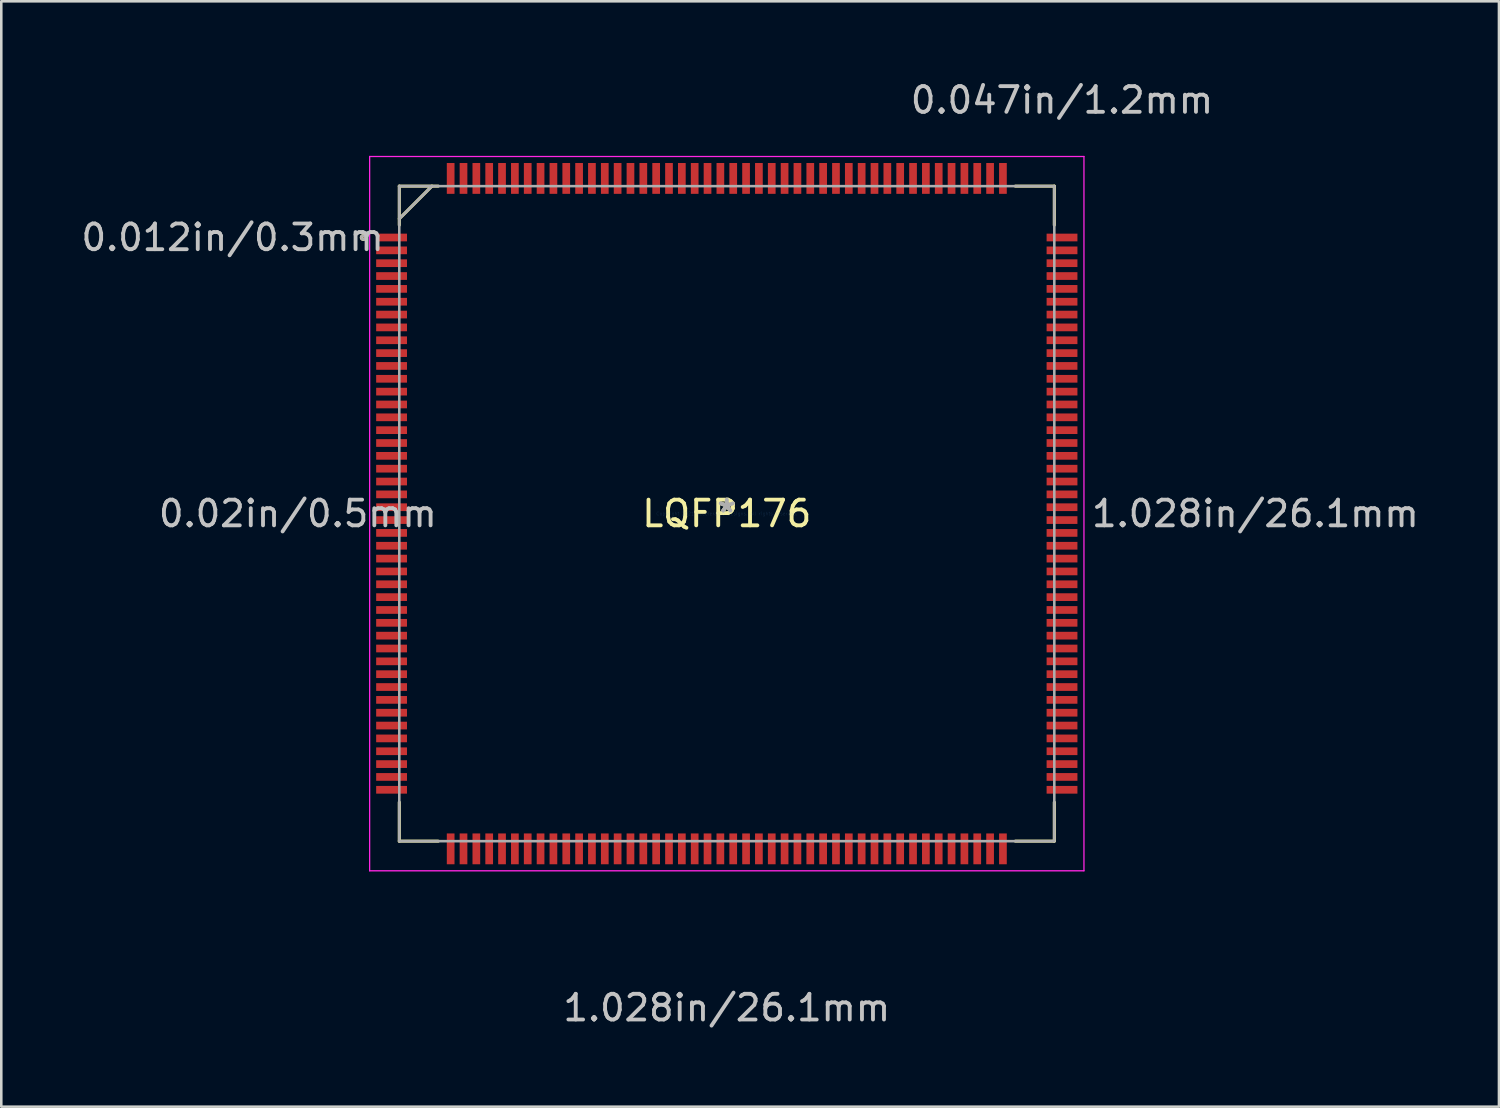
<source format=kicad_pcb>
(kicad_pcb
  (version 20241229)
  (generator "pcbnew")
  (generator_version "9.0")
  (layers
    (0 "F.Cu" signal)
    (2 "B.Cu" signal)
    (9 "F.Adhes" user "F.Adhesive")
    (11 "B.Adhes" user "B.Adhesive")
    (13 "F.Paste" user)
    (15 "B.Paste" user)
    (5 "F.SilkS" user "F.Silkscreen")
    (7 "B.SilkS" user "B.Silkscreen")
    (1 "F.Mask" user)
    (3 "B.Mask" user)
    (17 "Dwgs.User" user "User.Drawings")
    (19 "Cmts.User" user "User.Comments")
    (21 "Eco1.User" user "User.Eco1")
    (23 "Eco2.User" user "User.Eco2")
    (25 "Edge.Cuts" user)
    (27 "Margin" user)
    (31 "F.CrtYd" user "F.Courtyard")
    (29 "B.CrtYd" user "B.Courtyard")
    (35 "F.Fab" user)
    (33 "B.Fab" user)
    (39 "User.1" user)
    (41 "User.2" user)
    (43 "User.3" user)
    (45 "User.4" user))
  (footprint "LQFP176"
    (layer "F.Cu")
    (at 25.244 16.946)
    (property "Reference" "LQFP176" (at 0 0 0) (layer "F.SilkS") (effects (font (size 1 1) (thickness 0.15))))
    (attr through_hole)
    (fp_line (start -12.75 -12.75) (end -12.75 -11.233) (stroke (width 0.12) (type solid)) (layer "F.SilkS"))
    (fp_line (start -12.75 -11.48) (end -11.48 -12.75) (stroke (width 0.12) (type solid)) (layer "F.SilkS"))
    (fp_line (start -12.75 11.233) (end -12.75 12.75) (stroke (width 0.12) (type solid)) (layer "F.SilkS"))
    (fp_line (start -12.75 12.75) (end -11.233 12.75) (stroke (width 0.12) (type solid)) (layer "F.SilkS"))
    (fp_line (start -11.233 -12.75) (end -12.75 -12.75) (stroke (width 0.12) (type solid)) (layer "F.SilkS"))
    (fp_line (start 11.233 12.75) (end 12.75 12.75) (stroke (width 0.12) (type solid)) (layer "F.SilkS"))
    (fp_line (start 12.75 -12.75) (end 11.233 -12.75) (stroke (width 0.12) (type solid)) (layer "F.SilkS"))
    (fp_line (start 12.75 -11.233) (end 12.75 -12.75) (stroke (width 0.12) (type solid)) (layer "F.SilkS"))
    (fp_line (start 12.75 12.75) (end 12.75 11.233) (stroke (width 0.12) (type solid)) (layer "F.SilkS"))
    (fp_circle (center -14.154 -10.75) (end -14.078 -10.75) (stroke (width 0.12) (type solid)) (fill no) (layer "F.SilkS"))
    (fp_line (start -13.904 -13.904) (end 13.904 -13.904) (stroke (width 0.05) (type solid)) (layer "F.CrtYd"))
    (fp_line (start -13.904 13.904) (end -13.904 -13.904) (stroke (width 0.05) (type solid)) (layer "F.CrtYd"))
    (fp_line (start 13.904 -13.904) (end 13.904 13.904) (stroke (width 0.05) (type solid)) (layer "F.CrtYd"))
    (fp_line (start 13.904 13.904) (end -13.904 13.904) (stroke (width 0.05) (type solid)) (layer "F.CrtYd"))
    (fp_line (start -12.75 -12.75) (end -12.75 12.75) (stroke (width 0.1) (type solid)) (layer "F.Fab"))
    (fp_line (start -12.75 -11.48) (end -11.48 -12.75) (stroke (width 0.1) (type solid)) (layer "F.Fab"))
    (fp_line (start -12.75 12.75) (end 12.75 12.75) (stroke (width 0.1) (type solid)) (layer "F.Fab"))
    (fp_line (start 12.75 -12.75) (end -12.75 -12.75) (stroke (width 0.1) (type solid)) (layer "F.Fab"))
    (fp_line (start 12.75 12.75) (end 12.75 -12.75) (stroke (width 0.1) (type solid)) (layer "F.Fab"))
    (fp_circle (center -14.154 -10.75) (end -14.078 -10.75) (stroke (width 0.1) (type solid)) (fill no) (layer "F.Fab"))
    (fp_text user "*" (at 0 0 0) (layer "F.SilkS") (effects (font (size 1 1) (thickness 0.15))))
    (fp_text user "1.028in/26.1mm" (at 0 19.238 0) (layer "Dwgs.User") (effects (font (size 1 1) (thickness 0.15))))
    (fp_text user "0.047in/1.2mm" (at 13.05 -16.098 0) (layer "Dwgs.User") (effects (font (size 1 1) (thickness 0.15))))
    (fp_text user "0.02in/0.5mm" (at -16.698 0 0) (layer "Dwgs.User") (effects (font (size 1 1) (thickness 0.15))))
    (fp_text user "0.012in/0.3mm" (at -19.238 -10.75 0) (layer "Dwgs.User") (effects (font (size 1 1) (thickness 0.15))))
    (fp_text user "1.028in/26.1mm" (at 20.578 0 0) (layer "Dwgs.User") (effects (font (size 1 1) (thickness 0.15))))
    (fp_text user "Copyright 2021 Accelerated Designs. All rights reserved." (at 0 0 0) (layer "Cmts.User") (effects (font (size 0.127 0.127) (thickness 0.002))))
    (fp_text user "*" (at 0 0 0) (layer "F.Fab") (effects (font (size 1 1) (thickness 0.15))))
    (pad "1" smd rect (at -13.05 -10.75) (size 1.2 0.3) (layers "F.Cu" "F.Mask" "F.Paste"))
    (pad "2" smd rect (at -13.05 -10.25) (size 1.2 0.3) (layers "F.Cu" "F.Mask" "F.Paste"))
    (pad "3" smd rect (at -13.05 -9.75) (size 1.2 0.3) (layers "F.Cu" "F.Mask" "F.Paste"))
    (pad "4" smd rect (at -13.05 -9.25) (size 1.2 0.3) (layers "F.Cu" "F.Mask" "F.Paste"))
    (pad "5" smd rect (at -13.05 -8.75) (size 1.2 0.3) (layers "F.Cu" "F.Mask" "F.Paste"))
    (pad "6" smd rect (at -13.05 -8.25) (size 1.2 0.3) (layers "F.Cu" "F.Mask" "F.Paste"))
    (pad "7" smd rect (at -13.05 -7.75) (size 1.2 0.3) (layers "F.Cu" "F.Mask" "F.Paste"))
    (pad "8" smd rect (at -13.05 -7.25) (size 1.2 0.3) (layers "F.Cu" "F.Mask" "F.Paste"))
    (pad "9" smd rect (at -13.05 -6.75) (size 1.2 0.3) (layers "F.Cu" "F.Mask" "F.Paste"))
    (pad "10" smd rect (at -13.05 -6.25) (size 1.2 0.3) (layers "F.Cu" "F.Mask" "F.Paste"))
    (pad "11" smd rect (at -13.05 -5.75) (size 1.2 0.3) (layers "F.Cu" "F.Mask" "F.Paste"))
    (pad "12" smd rect (at -13.05 -5.25) (size 1.2 0.3) (layers "F.Cu" "F.Mask" "F.Paste"))
    (pad "13" smd rect (at -13.05 -4.75) (size 1.2 0.3) (layers "F.Cu" "F.Mask" "F.Paste"))
    (pad "14" smd rect (at -13.05 -4.25) (size 1.2 0.3) (layers "F.Cu" "F.Mask" "F.Paste"))
    (pad "15" smd rect (at -13.05 -3.75) (size 1.2 0.3) (layers "F.Cu" "F.Mask" "F.Paste"))
    (pad "16" smd rect (at -13.05 -3.25) (size 1.2 0.3) (layers "F.Cu" "F.Mask" "F.Paste"))
    (pad "17" smd rect (at -13.05 -2.75) (size 1.2 0.3) (layers "F.Cu" "F.Mask" "F.Paste"))
    (pad "18" smd rect (at -13.05 -2.25) (size 1.2 0.3) (layers "F.Cu" "F.Mask" "F.Paste"))
    (pad "19" smd rect (at -13.05 -1.75) (size 1.2 0.3) (layers "F.Cu" "F.Mask" "F.Paste"))
    (pad "20" smd rect (at -13.05 -1.25) (size 1.2 0.3) (layers "F.Cu" "F.Mask" "F.Paste"))
    (pad "21" smd rect (at -13.05 -0.75) (size 1.2 0.3) (layers "F.Cu" "F.Mask" "F.Paste"))
    (pad "22" smd rect (at -13.05 -0.25) (size 1.2 0.3) (layers "F.Cu" "F.Mask" "F.Paste"))
    (pad "23" smd rect (at -13.05 0.25) (size 1.2 0.3) (layers "F.Cu" "F.Mask" "F.Paste"))
    (pad "24" smd rect (at -13.05 0.75) (size 1.2 0.3) (layers "F.Cu" "F.Mask" "F.Paste"))
    (pad "25" smd rect (at -13.05 1.25) (size 1.2 0.3) (layers "F.Cu" "F.Mask" "F.Paste"))
    (pad "26" smd rect (at -13.05 1.75) (size 1.2 0.3) (layers "F.Cu" "F.Mask" "F.Paste"))
    (pad "27" smd rect (at -13.05 2.25) (size 1.2 0.3) (layers "F.Cu" "F.Mask" "F.Paste"))
    (pad "28" smd rect (at -13.05 2.75) (size 1.2 0.3) (layers "F.Cu" "F.Mask" "F.Paste"))
    (pad "29" smd rect (at -13.05 3.25) (size 1.2 0.3) (layers "F.Cu" "F.Mask" "F.Paste"))
    (pad "30" smd rect (at -13.05 3.75) (size 1.2 0.3) (layers "F.Cu" "F.Mask" "F.Paste"))
    (pad "31" smd rect (at -13.05 4.25) (size 1.2 0.3) (layers "F.Cu" "F.Mask" "F.Paste"))
    (pad "32" smd rect (at -13.05 4.75) (size 1.2 0.3) (layers "F.Cu" "F.Mask" "F.Paste"))
    (pad "33" smd rect (at -13.05 5.25) (size 1.2 0.3) (layers "F.Cu" "F.Mask" "F.Paste"))
    (pad "34" smd rect (at -13.05 5.75) (size 1.2 0.3) (layers "F.Cu" "F.Mask" "F.Paste"))
    (pad "35" smd rect (at -13.05 6.25) (size 1.2 0.3) (layers "F.Cu" "F.Mask" "F.Paste"))
    (pad "36" smd rect (at -13.05 6.75) (size 1.2 0.3) (layers "F.Cu" "F.Mask" "F.Paste"))
    (pad "37" smd rect (at -13.05 7.25) (size 1.2 0.3) (layers "F.Cu" "F.Mask" "F.Paste"))
    (pad "38" smd rect (at -13.05 7.75) (size 1.2 0.3) (layers "F.Cu" "F.Mask" "F.Paste"))
    (pad "39" smd rect (at -13.05 8.25) (size 1.2 0.3) (layers "F.Cu" "F.Mask" "F.Paste"))
    (pad "40" smd rect (at -13.05 8.75) (size 1.2 0.3) (layers "F.Cu" "F.Mask" "F.Paste"))
    (pad "41" smd rect (at -13.05 9.25) (size 1.2 0.3) (layers "F.Cu" "F.Mask" "F.Paste"))
    (pad "42" smd rect (at -13.05 9.75) (size 1.2 0.3) (layers "F.Cu" "F.Mask" "F.Paste"))
    (pad "43" smd rect (at -13.05 10.25) (size 1.2 0.3) (layers "F.Cu" "F.Mask" "F.Paste"))
    (pad "44" smd rect (at -13.05 10.75) (size 1.2 0.3) (layers "F.Cu" "F.Mask" "F.Paste"))
    (pad "45" smd rect (at -10.75 13.05 90) (size 1.2 0.3) (layers "F.Cu" "F.Mask" "F.Paste"))
    (pad "46" smd rect (at -10.25 13.05 90) (size 1.2 0.3) (layers "F.Cu" "F.Mask" "F.Paste"))
    (pad "47" smd rect (at -9.75 13.05 90) (size 1.2 0.3) (layers "F.Cu" "F.Mask" "F.Paste"))
    (pad "48" smd rect (at -9.25 13.05 90) (size 1.2 0.3) (layers "F.Cu" "F.Mask" "F.Paste"))
    (pad "49" smd rect (at -8.75 13.05 90) (size 1.2 0.3) (layers "F.Cu" "F.Mask" "F.Paste"))
    (pad "50" smd rect (at -8.25 13.05 90) (size 1.2 0.3) (layers "F.Cu" "F.Mask" "F.Paste"))
    (pad "51" smd rect (at -7.75 13.05 90) (size 1.2 0.3) (layers "F.Cu" "F.Mask" "F.Paste"))
    (pad "52" smd rect (at -7.25 13.05 90) (size 1.2 0.3) (layers "F.Cu" "F.Mask" "F.Paste"))
    (pad "53" smd rect (at -6.75 13.05 90) (size 1.2 0.3) (layers "F.Cu" "F.Mask" "F.Paste"))
    (pad "54" smd rect (at -6.25 13.05 90) (size 1.2 0.3) (layers "F.Cu" "F.Mask" "F.Paste"))
    (pad "55" smd rect (at -5.75 13.05 90) (size 1.2 0.3) (layers "F.Cu" "F.Mask" "F.Paste"))
    (pad "56" smd rect (at -5.25 13.05 90) (size 1.2 0.3) (layers "F.Cu" "F.Mask" "F.Paste"))
    (pad "57" smd rect (at -4.75 13.05 90) (size 1.2 0.3) (layers "F.Cu" "F.Mask" "F.Paste"))
    (pad "58" smd rect (at -4.25 13.05 90) (size 1.2 0.3) (layers "F.Cu" "F.Mask" "F.Paste"))
    (pad "59" smd rect (at -3.75 13.05 90) (size 1.2 0.3) (layers "F.Cu" "F.Mask" "F.Paste"))
    (pad "60" smd rect (at -3.25 13.05 90) (size 1.2 0.3) (layers "F.Cu" "F.Mask" "F.Paste"))
    (pad "61" smd rect (at -2.75 13.05 90) (size 1.2 0.3) (layers "F.Cu" "F.Mask" "F.Paste"))
    (pad "62" smd rect (at -2.25 13.05 90) (size 1.2 0.3) (layers "F.Cu" "F.Mask" "F.Paste"))
    (pad "63" smd rect (at -1.75 13.05 90) (size 1.2 0.3) (layers "F.Cu" "F.Mask" "F.Paste"))
    (pad "64" smd rect (at -1.25 13.05 90) (size 1.2 0.3) (layers "F.Cu" "F.Mask" "F.Paste"))
    (pad "65" smd rect (at -0.75 13.05 90) (size 1.2 0.3) (layers "F.Cu" "F.Mask" "F.Paste"))
    (pad "66" smd rect (at -0.25 13.05 90) (size 1.2 0.3) (layers "F.Cu" "F.Mask" "F.Paste"))
    (pad "67" smd rect (at 0.25 13.05 90) (size 1.2 0.3) (layers "F.Cu" "F.Mask" "F.Paste"))
    (pad "68" smd rect (at 0.75 13.05 90) (size 1.2 0.3) (layers "F.Cu" "F.Mask" "F.Paste"))
    (pad "69" smd rect (at 1.25 13.05 90) (size 1.2 0.3) (layers "F.Cu" "F.Mask" "F.Paste"))
    (pad "70" smd rect (at 1.75 13.05 90) (size 1.2 0.3) (layers "F.Cu" "F.Mask" "F.Paste"))
    (pad "71" smd rect (at 2.25 13.05 90) (size 1.2 0.3) (layers "F.Cu" "F.Mask" "F.Paste"))
    (pad "72" smd rect (at 2.75 13.05 90) (size 1.2 0.3) (layers "F.Cu" "F.Mask" "F.Paste"))
    (pad "73" smd rect (at 3.25 13.05 90) (size 1.2 0.3) (layers "F.Cu" "F.Mask" "F.Paste"))
    (pad "74" smd rect (at 3.75 13.05 90) (size 1.2 0.3) (layers "F.Cu" "F.Mask" "F.Paste"))
    (pad "75" smd rect (at 4.25 13.05 90) (size 1.2 0.3) (layers "F.Cu" "F.Mask" "F.Paste"))
    (pad "76" smd rect (at 4.75 13.05 90) (size 1.2 0.3) (layers "F.Cu" "F.Mask" "F.Paste"))
    (pad "77" smd rect (at 5.25 13.05 90) (size 1.2 0.3) (layers "F.Cu" "F.Mask" "F.Paste"))
    (pad "78" smd rect (at 5.75 13.05 90) (size 1.2 0.3) (layers "F.Cu" "F.Mask" "F.Paste"))
    (pad "79" smd rect (at 6.25 13.05 90) (size 1.2 0.3) (layers "F.Cu" "F.Mask" "F.Paste"))
    (pad "80" smd rect (at 6.75 13.05 90) (size 1.2 0.3) (layers "F.Cu" "F.Mask" "F.Paste"))
    (pad "81" smd rect (at 7.25 13.05 90) (size 1.2 0.3) (layers "F.Cu" "F.Mask" "F.Paste"))
    (pad "82" smd rect (at 7.75 13.05 90) (size 1.2 0.3) (layers "F.Cu" "F.Mask" "F.Paste"))
    (pad "83" smd rect (at 8.25 13.05 90) (size 1.2 0.3) (layers "F.Cu" "F.Mask" "F.Paste"))
    (pad "84" smd rect (at 8.75 13.05 90) (size 1.2 0.3) (layers "F.Cu" "F.Mask" "F.Paste"))
    (pad "85" smd rect (at 9.25 13.05 90) (size 1.2 0.3) (layers "F.Cu" "F.Mask" "F.Paste"))
    (pad "86" smd rect (at 9.75 13.05 90) (size 1.2 0.3) (layers "F.Cu" "F.Mask" "F.Paste"))
    (pad "87" smd rect (at 10.25 13.05 90) (size 1.2 0.3) (layers "F.Cu" "F.Mask" "F.Paste"))
    (pad "88" smd rect (at 10.75 13.05 90) (size 1.2 0.3) (layers "F.Cu" "F.Mask" "F.Paste"))
    (pad "89" smd rect (at 13.05 10.75) (size 1.2 0.3) (layers "F.Cu" "F.Mask" "F.Paste"))
    (pad "90" smd rect (at 13.05 10.25) (size 1.2 0.3) (layers "F.Cu" "F.Mask" "F.Paste"))
    (pad "91" smd rect (at 13.05 9.75) (size 1.2 0.3) (layers "F.Cu" "F.Mask" "F.Paste"))
    (pad "92" smd rect (at 13.05 9.25) (size 1.2 0.3) (layers "F.Cu" "F.Mask" "F.Paste"))
    (pad "93" smd rect (at 13.05 8.75) (size 1.2 0.3) (layers "F.Cu" "F.Mask" "F.Paste"))
    (pad "94" smd rect (at 13.05 8.25) (size 1.2 0.3) (layers "F.Cu" "F.Mask" "F.Paste"))
    (pad "95" smd rect (at 13.05 7.75) (size 1.2 0.3) (layers "F.Cu" "F.Mask" "F.Paste"))
    (pad "96" smd rect (at 13.05 7.25) (size 1.2 0.3) (layers "F.Cu" "F.Mask" "F.Paste"))
    (pad "97" smd rect (at 13.05 6.75) (size 1.2 0.3) (layers "F.Cu" "F.Mask" "F.Paste"))
    (pad "98" smd rect (at 13.05 6.25) (size 1.2 0.3) (layers "F.Cu" "F.Mask" "F.Paste"))
    (pad "99" smd rect (at 13.05 5.75) (size 1.2 0.3) (layers "F.Cu" "F.Mask" "F.Paste"))
    (pad "100" smd rect (at 13.05 5.25) (size 1.2 0.3) (layers "F.Cu" "F.Mask" "F.Paste"))
    (pad "101" smd rect (at 13.05 4.75) (size 1.2 0.3) (layers "F.Cu" "F.Mask" "F.Paste"))
    (pad "102" smd rect (at 13.05 4.25) (size 1.2 0.3) (layers "F.Cu" "F.Mask" "F.Paste"))
    (pad "103" smd rect (at 13.05 3.75) (size 1.2 0.3) (layers "F.Cu" "F.Mask" "F.Paste"))
    (pad "104" smd rect (at 13.05 3.25) (size 1.2 0.3) (layers "F.Cu" "F.Mask" "F.Paste"))
    (pad "105" smd rect (at 13.05 2.75) (size 1.2 0.3) (layers "F.Cu" "F.Mask" "F.Paste"))
    (pad "106" smd rect (at 13.05 2.25) (size 1.2 0.3) (layers "F.Cu" "F.Mask" "F.Paste"))
    (pad "107" smd rect (at 13.05 1.75) (size 1.2 0.3) (layers "F.Cu" "F.Mask" "F.Paste"))
    (pad "108" smd rect (at 13.05 1.25) (size 1.2 0.3) (layers "F.Cu" "F.Mask" "F.Paste"))
    (pad "109" smd rect (at 13.05 0.75) (size 1.2 0.3) (layers "F.Cu" "F.Mask" "F.Paste"))
    (pad "110" smd rect (at 13.05 0.25) (size 1.2 0.3) (layers "F.Cu" "F.Mask" "F.Paste"))
    (pad "111" smd rect (at 13.05 -0.25) (size 1.2 0.3) (layers "F.Cu" "F.Mask" "F.Paste"))
    (pad "112" smd rect (at 13.05 -0.75) (size 1.2 0.3) (layers "F.Cu" "F.Mask" "F.Paste"))
    (pad "113" smd rect (at 13.05 -1.25) (size 1.2 0.3) (layers "F.Cu" "F.Mask" "F.Paste"))
    (pad "114" smd rect (at 13.05 -1.75) (size 1.2 0.3) (layers "F.Cu" "F.Mask" "F.Paste"))
    (pad "115" smd rect (at 13.05 -2.25) (size 1.2 0.3) (layers "F.Cu" "F.Mask" "F.Paste"))
    (pad "116" smd rect (at 13.05 -2.75) (size 1.2 0.3) (layers "F.Cu" "F.Mask" "F.Paste"))
    (pad "117" smd rect (at 13.05 -3.25) (size 1.2 0.3) (layers "F.Cu" "F.Mask" "F.Paste"))
    (pad "118" smd rect (at 13.05 -3.75) (size 1.2 0.3) (layers "F.Cu" "F.Mask" "F.Paste"))
    (pad "119" smd rect (at 13.05 -4.25) (size 1.2 0.3) (layers "F.Cu" "F.Mask" "F.Paste"))
    (pad "120" smd rect (at 13.05 -4.75) (size 1.2 0.3) (layers "F.Cu" "F.Mask" "F.Paste"))
    (pad "121" smd rect (at 13.05 -5.25) (size 1.2 0.3) (layers "F.Cu" "F.Mask" "F.Paste"))
    (pad "122" smd rect (at 13.05 -5.75) (size 1.2 0.3) (layers "F.Cu" "F.Mask" "F.Paste"))
    (pad "123" smd rect (at 13.05 -6.25) (size 1.2 0.3) (layers "F.Cu" "F.Mask" "F.Paste"))
    (pad "124" smd rect (at 13.05 -6.75) (size 1.2 0.3) (layers "F.Cu" "F.Mask" "F.Paste"))
    (pad "125" smd rect (at 13.05 -7.25) (size 1.2 0.3) (layers "F.Cu" "F.Mask" "F.Paste"))
    (pad "126" smd rect (at 13.05 -7.75) (size 1.2 0.3) (layers "F.Cu" "F.Mask" "F.Paste"))
    (pad "127" smd rect (at 13.05 -8.25) (size 1.2 0.3) (layers "F.Cu" "F.Mask" "F.Paste"))
    (pad "128" smd rect (at 13.05 -8.75) (size 1.2 0.3) (layers "F.Cu" "F.Mask" "F.Paste"))
    (pad "129" smd rect (at 13.05 -9.25) (size 1.2 0.3) (layers "F.Cu" "F.Mask" "F.Paste"))
    (pad "130" smd rect (at 13.05 -9.75) (size 1.2 0.3) (layers "F.Cu" "F.Mask" "F.Paste"))
    (pad "131" smd rect (at 13.05 -10.25) (size 1.2 0.3) (layers "F.Cu" "F.Mask" "F.Paste"))
    (pad "132" smd rect (at 13.05 -10.75) (size 1.2 0.3) (layers "F.Cu" "F.Mask" "F.Paste"))
    (pad "133" smd rect (at 10.75 -13.05 90) (size 1.2 0.3) (layers "F.Cu" "F.Mask" "F.Paste"))
    (pad "134" smd rect (at 10.25 -13.05 90) (size 1.2 0.3) (layers "F.Cu" "F.Mask" "F.Paste"))
    (pad "135" smd rect (at 9.75 -13.05 90) (size 1.2 0.3) (layers "F.Cu" "F.Mask" "F.Paste"))
    (pad "136" smd rect (at 9.25 -13.05 90) (size 1.2 0.3) (layers "F.Cu" "F.Mask" "F.Paste"))
    (pad "137" smd rect (at 8.75 -13.05 90) (size 1.2 0.3) (layers "F.Cu" "F.Mask" "F.Paste"))
    (pad "138" smd rect (at 8.25 -13.05 90) (size 1.2 0.3) (layers "F.Cu" "F.Mask" "F.Paste"))
    (pad "139" smd rect (at 7.75 -13.05 90) (size 1.2 0.3) (layers "F.Cu" "F.Mask" "F.Paste"))
    (pad "140" smd rect (at 7.25 -13.05 90) (size 1.2 0.3) (layers "F.Cu" "F.Mask" "F.Paste"))
    (pad "141" smd rect (at 6.75 -13.05 90) (size 1.2 0.3) (layers "F.Cu" "F.Mask" "F.Paste"))
    (pad "142" smd rect (at 6.25 -13.05 90) (size 1.2 0.3) (layers "F.Cu" "F.Mask" "F.Paste"))
    (pad "143" smd rect (at 5.75 -13.05 90) (size 1.2 0.3) (layers "F.Cu" "F.Mask" "F.Paste"))
    (pad "144" smd rect (at 5.25 -13.05 90) (size 1.2 0.3) (layers "F.Cu" "F.Mask" "F.Paste"))
    (pad "145" smd rect (at 4.75 -13.05 90) (size 1.2 0.3) (layers "F.Cu" "F.Mask" "F.Paste"))
    (pad "146" smd rect (at 4.25 -13.05 90) (size 1.2 0.3) (layers "F.Cu" "F.Mask" "F.Paste"))
    (pad "147" smd rect (at 3.75 -13.05 90) (size 1.2 0.3) (layers "F.Cu" "F.Mask" "F.Paste"))
    (pad "148" smd rect (at 3.25 -13.05 90) (size 1.2 0.3) (layers "F.Cu" "F.Mask" "F.Paste"))
    (pad "149" smd rect (at 2.75 -13.05 90) (size 1.2 0.3) (layers "F.Cu" "F.Mask" "F.Paste"))
    (pad "150" smd rect (at 2.25 -13.05 90) (size 1.2 0.3) (layers "F.Cu" "F.Mask" "F.Paste"))
    (pad "151" smd rect (at 1.75 -13.05 90) (size 1.2 0.3) (layers "F.Cu" "F.Mask" "F.Paste"))
    (pad "152" smd rect (at 1.25 -13.05 90) (size 1.2 0.3) (layers "F.Cu" "F.Mask" "F.Paste"))
    (pad "153" smd rect (at 0.75 -13.05 90) (size 1.2 0.3) (layers "F.Cu" "F.Mask" "F.Paste"))
    (pad "154" smd rect (at 0.25 -13.05 90) (size 1.2 0.3) (layers "F.Cu" "F.Mask" "F.Paste"))
    (pad "155" smd rect (at -0.25 -13.05 90) (size 1.2 0.3) (layers "F.Cu" "F.Mask" "F.Paste"))
    (pad "156" smd rect (at -0.75 -13.05 90) (size 1.2 0.3) (layers "F.Cu" "F.Mask" "F.Paste"))
    (pad "157" smd rect (at -1.25 -13.05 90) (size 1.2 0.3) (layers "F.Cu" "F.Mask" "F.Paste"))
    (pad "158" smd rect (at -1.75 -13.05 90) (size 1.2 0.3) (layers "F.Cu" "F.Mask" "F.Paste"))
    (pad "159" smd rect (at -2.25 -13.05 90) (size 1.2 0.3) (layers "F.Cu" "F.Mask" "F.Paste"))
    (pad "160" smd rect (at -2.75 -13.05 90) (size 1.2 0.3) (layers "F.Cu" "F.Mask" "F.Paste"))
    (pad "161" smd rect (at -3.25 -13.05 90) (size 1.2 0.3) (layers "F.Cu" "F.Mask" "F.Paste"))
    (pad "162" smd rect (at -3.75 -13.05 90) (size 1.2 0.3) (layers "F.Cu" "F.Mask" "F.Paste"))
    (pad "163" smd rect (at -4.25 -13.05 90) (size 1.2 0.3) (layers "F.Cu" "F.Mask" "F.Paste"))
    (pad "164" smd rect (at -4.75 -13.05 90) (size 1.2 0.3) (layers "F.Cu" "F.Mask" "F.Paste"))
    (pad "165" smd rect (at -5.25 -13.05 90) (size 1.2 0.3) (layers "F.Cu" "F.Mask" "F.Paste"))
    (pad "166" smd rect (at -5.75 -13.05 90) (size 1.2 0.3) (layers "F.Cu" "F.Mask" "F.Paste"))
    (pad "167" smd rect (at -6.25 -13.05 90) (size 1.2 0.3) (layers "F.Cu" "F.Mask" "F.Paste"))
    (pad "168" smd rect (at -6.75 -13.05 90) (size 1.2 0.3) (layers "F.Cu" "F.Mask" "F.Paste"))
    (pad "169" smd rect (at -7.25 -13.05 90) (size 1.2 0.3) (layers "F.Cu" "F.Mask" "F.Paste"))
    (pad "170" smd rect (at -7.75 -13.05 90) (size 1.2 0.3) (layers "F.Cu" "F.Mask" "F.Paste"))
    (pad "171" smd rect (at -8.25 -13.05 90) (size 1.2 0.3) (layers "F.Cu" "F.Mask" "F.Paste"))
    (pad "172" smd rect (at -8.75 -13.05 90) (size 1.2 0.3) (layers "F.Cu" "F.Mask" "F.Paste"))
    (pad "173" smd rect (at -9.25 -13.05 90) (size 1.2 0.3) (layers "F.Cu" "F.Mask" "F.Paste"))
    (pad "174" smd rect (at -9.75 -13.05 90) (size 1.2 0.3) (layers "F.Cu" "F.Mask" "F.Paste"))
    (pad "175" smd rect (at -10.25 -13.05 90) (size 1.2 0.3) (layers "F.Cu" "F.Mask" "F.Paste"))
    (pad "176" smd rect (at -10.75 -13.05 90) (size 1.2 0.3) (layers "F.Cu" "F.Mask" "F.Paste")))
  (gr_rect
    (start -3 -3)
    (end 55.304 40.032)
    (stroke (width 0.1) (type default))
    (fill no)
    (layer "Edge.Cuts")))
</source>
